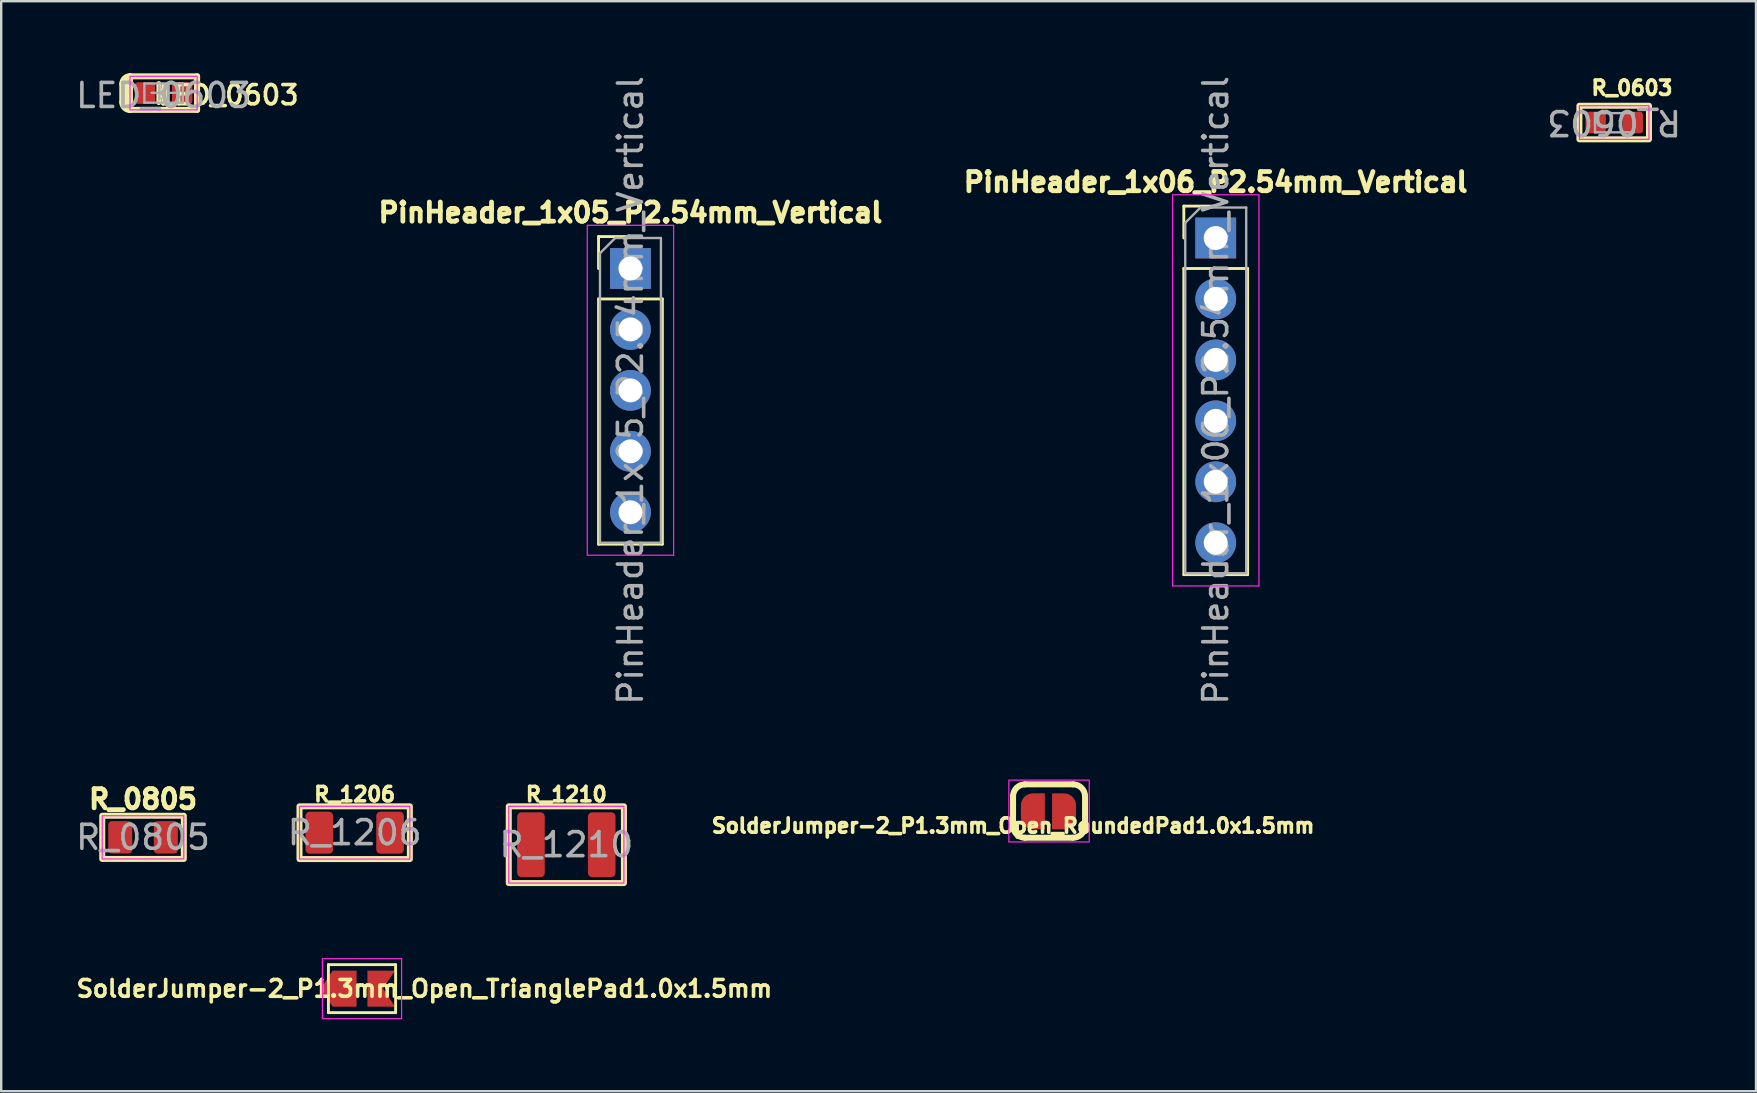
<source format=kicad_pcb>
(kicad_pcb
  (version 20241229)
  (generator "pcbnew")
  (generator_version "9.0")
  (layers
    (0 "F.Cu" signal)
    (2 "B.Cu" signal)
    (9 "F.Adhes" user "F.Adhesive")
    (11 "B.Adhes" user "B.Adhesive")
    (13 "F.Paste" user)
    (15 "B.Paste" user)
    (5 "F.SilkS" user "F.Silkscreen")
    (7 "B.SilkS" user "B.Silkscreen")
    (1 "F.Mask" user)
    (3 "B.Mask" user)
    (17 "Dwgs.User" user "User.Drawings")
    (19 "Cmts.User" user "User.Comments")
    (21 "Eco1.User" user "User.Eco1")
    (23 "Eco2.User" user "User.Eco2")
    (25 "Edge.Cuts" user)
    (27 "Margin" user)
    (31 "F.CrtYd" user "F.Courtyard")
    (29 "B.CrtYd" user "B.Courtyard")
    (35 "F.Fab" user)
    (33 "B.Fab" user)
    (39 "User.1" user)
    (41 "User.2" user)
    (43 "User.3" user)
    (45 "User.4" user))
  (footprint "PinHeader_1x05_P2.54mm_Vertical"
    (layer "F.Cu")
    (at 23.226 8.14)
    (property "Reference" "PinHeader_1x05_P2.54mm_Vertical" (at 0 -2.33 180) (layer "F.SilkS") (effects (font (size 0.8 0.8) (thickness 0.2))))
    (attr through_hole)
    (fp_line (start -1.33 -1.33) (end 0 -1.33) (stroke (width 0.12) (type solid)) (layer "F.SilkS"))
    (fp_line (start -1.33 0) (end -1.33 -1.33) (stroke (width 0.12) (type solid)) (layer "F.SilkS"))
    (fp_line (start -1.33 1.27) (end -1.33 11.49) (stroke (width 0.12) (type solid)) (layer "F.SilkS"))
    (fp_line (start -1.33 1.27) (end 1.33 1.27) (stroke (width 0.12) (type solid)) (layer "F.SilkS"))
    (fp_line (start -1.33 11.49) (end 1.33 11.49) (stroke (width 0.12) (type solid)) (layer "F.SilkS"))
    (fp_line (start 1.33 1.27) (end 1.33 11.49) (stroke (width 0.12) (type solid)) (layer "F.SilkS"))
    (fp_line (start -1.8 -1.8) (end -1.8 11.95) (stroke (width 0.05) (type solid)) (layer "F.CrtYd"))
    (fp_line (start -1.8 11.95) (end 1.8 11.95) (stroke (width 0.05) (type solid)) (layer "F.CrtYd"))
    (fp_line (start 1.8 -1.8) (end -1.8 -1.8) (stroke (width 0.05) (type solid)) (layer "F.CrtYd"))
    (fp_line (start 1.8 11.95) (end 1.8 -1.8) (stroke (width 0.05) (type solid)) (layer "F.CrtYd"))
    (fp_line (start -1.27 -0.635) (end -0.635 -1.27) (stroke (width 0.1) (type solid)) (layer "F.Fab"))
    (fp_line (start -1.27 11.43) (end -1.27 -0.635) (stroke (width 0.1) (type solid)) (layer "F.Fab"))
    (fp_line (start -0.635 -1.27) (end 1.27 -1.27) (stroke (width 0.1) (type solid)) (layer "F.Fab"))
    (fp_line (start 1.27 -1.27) (end 1.27 11.43) (stroke (width 0.1) (type solid)) (layer "F.Fab"))
    (fp_line (start 1.27 11.43) (end -1.27 11.43) (stroke (width 0.1) (type solid)) (layer "F.Fab"))
    (fp_text user "${REFERENCE}" (at 0 5.08 270) (layer "F.Fab") (effects (font (size 1 1) (thickness 0.15))))
    (pad "1" thru_hole rect (at 0 0) (size 1.7 1.7) (drill 1) (layers "*.Cu" "*.Mask"))
    (pad "2" thru_hole oval (at 0 2.54) (size 1.7 1.7) (drill 1) (layers "*.Cu" "*.Mask"))
    (pad "3" thru_hole oval (at 0 5.08) (size 1.7 1.7) (drill 1) (layers "*.Cu" "*.Mask"))
    (pad "4" thru_hole oval (at 0 7.62) (size 1.7 1.7) (drill 1) (layers "*.Cu" "*.Mask"))
    (pad "5" thru_hole oval (at 0 10.16) (size 1.7 1.7) (drill 1) (layers "*.Cu" "*.Mask")))
  (footprint "SolderJumper-2_P1.3mm_Open_RoundedPad1.0x1.5mm"
    (layer "F.Cu")
    (at 40.647 30.765)
    (property "Reference" "SolderJumper-2_P1.3mm_Open_RoundedPad1.0x1.5mm" (at -1.475 0.6 0) (layer "F.SilkS") (effects (font (size 0.6 0.6) (thickness 0.15))))
    (attr exclude_from_pos_files)
    (fp_line (start -1.475 0.6) (end -1.475 -0.625) (stroke (width 0.25) (type solid)) (layer "F.SilkS"))
    (fp_line (start -0.975 -1.125) (end 1.025 -1.125) (stroke (width 0.25) (type solid)) (layer "F.SilkS"))
    (fp_line (start 1 1.1) (end -0.975 1.1) (stroke (width 0.25) (type solid)) (layer "F.SilkS"))
    (fp_line (start 1.525 -0.625) (end 1.525 0.6) (stroke (width 0.25) (type solid)) (layer "F.SilkS"))
    (fp_arc (start -1.475 -0.625) (mid -1.328553 -0.978553) (end -0.975 -1.125) (stroke (width 0.25) (type solid)) (layer "F.SilkS"))
    (fp_arc (start -0.975 1.1) (mid -1.328553 0.953553) (end -1.475 0.6) (stroke (width 0.25) (type solid)) (layer "F.SilkS"))
    (fp_arc (start 1.025 -1.125) (mid 1.378553 -0.978553) (end 1.525 -0.625) (stroke (width 0.25) (type solid)) (layer "F.SilkS"))
    (fp_arc (start 1.525 0.6) (mid 1.378553 0.953553) (end 1.025 1.1) (stroke (width 0.25) (type solid)) (layer "F.SilkS"))
    (fp_rect (start -1.65 -1.3) (end 1.7 1.275) (stroke (width 0.05) (type solid)) (fill no) (layer "F.CrtYd"))
    (pad "1" smd custom (at -0.65 0) (size 1 0.5) (layers "F.Cu" "F.Mask") (options (anchor rect)) (primitives (gr_circle (center 0 0.25) (end 0.5 0.25) (width 0) (fill yes)) (gr_circle (center 0 -0.25) (end 0.5 -0.25) (width 0) (fill yes)) (gr_poly (pts (xy 0.5 0.75) (xy 0 0.75) (xy 0 -0.75) (xy 0.5 -0.75)) (width 0) (fill yes))))
    (pad "2" smd custom (at 0.65 0) (size 1 0.5) (layers "F.Cu" "F.Mask") (options (anchor rect)) (primitives (gr_circle (center 0 0.25) (end 0.5 0.25) (width 0) (fill yes)) (gr_circle (center 0 -0.25) (end 0.5 -0.25) (width 0) (fill yes)) (gr_poly (pts (xy 0 0.75) (xy -0.5 0.75) (xy -0.5 -0.75) (xy 0 -0.75)) (width 0) (fill yes)))))
  (footprint "R_0603"
    (layer "F.Cu")
    (at 64.226 2.056)
    (property "Reference" "R_0603" (at 0.742 -1.442 0) (unlocked yes) (layer "F.SilkS") (effects (font (size 0.6 0.6) (thickness 0.15) (bold yes))))
    (attr smd)
    (fp_rect (start -1.45 -0.7) (end 1.45 0.7) (stroke (width 0.25) (type default)) (fill no) (layer "F.SilkS"))
    (fp_rect (start -1.45 -0.7) (end 1.45 0.7) (stroke (width 0.05) (type default)) (fill no) (layer "F.CrtYd"))
    (fp_line (start -0.8 -0.39) (end 0.8 -0.39) (stroke (width 0.1) (type solid)) (layer "F.Fab"))
    (fp_line (start -0.8 0.41) (end -0.8 -0.39) (stroke (width 0.1) (type solid)) (layer "F.Fab"))
    (fp_line (start 0.8 -0.39) (end 0.8 0.41) (stroke (width 0.1) (type solid)) (layer "F.Fab"))
    (fp_line (start 0.8 0.41) (end -0.8 0.41) (stroke (width 0.1) (type solid)) (layer "F.Fab"))
    (fp_text user "${REFERENCE}" (at 0 0 180) (unlocked yes) (layer "F.Fab") (effects (font (size 1 1) (thickness 0.15))))
    (pad "1" smd roundrect (at -0.775 0 180) (size 0.85 0.9) (layers "F.Cu" "F.Mask" "F.Paste") (roundrect_rratio 0.15))
    (pad "2" smd roundrect (at 0.775 0 180) (size 0.85 0.9) (layers "F.Cu" "F.Mask" "F.Paste") (roundrect_rratio 0.15)))
  (footprint "R_1206"
    (layer "F.Cu")
    (at 11.732 31.655)
    (property "Reference" "R_1206" (at 0 -1.6 0) (unlocked yes) (layer "F.SilkS") (effects (font (size 0.6 0.6) (thickness 0.15) (bold yes))))
    (attr smd)
    (fp_rect (start -2.3 -1.1) (end 2.3 1.1) (stroke (width 0.25) (type default)) (fill no) (layer "F.SilkS"))
    (fp_rect (start -2.3 -1.1) (end 2.3 1.1) (stroke (width 0.05) (type default)) (fill no) (layer "F.CrtYd"))
    (fp_text user "${REFERENCE}" (at 0 0 0) (unlocked yes) (layer "F.Fab") (effects (font (size 1 1) (thickness 0.15))))
    (pad "1" smd roundrect (at -1.475 0) (size 1.15 1.75) (layers "F.Cu" "F.Mask" "F.Paste") (roundrect_rratio 0.15))
    (pad "2" smd roundrect (at 1.475 0) (size 1.15 1.75) (layers "F.Cu" "F.Mask" "F.Paste") (roundrect_rratio 0.15)))
  (footprint "R_0805"
    (layer "F.Cu")
    (at 2.911 31.849)
    (property "Reference" "R_0805" (at 0 -1.59 0) (unlocked yes) (layer "F.SilkS") (effects (font (size 0.8 0.8) (thickness 0.3) (bold yes))))
    (attr smd)
    (fp_rect (start -1.7 -0.9) (end 1.7 0.9) (stroke (width 0.25) (type default)) (fill no) (layer "F.SilkS"))
    (fp_rect (start -1.7 -0.9) (end 1.7 0.9) (stroke (width 0.05) (type default)) (fill no) (layer "F.CrtYd"))
    (fp_text user "${REFERENCE}" (at 0 0 0) (unlocked yes) (layer "F.Fab") (effects (font (size 1 1) (thickness 0.15))))
    (pad "1" smd roundrect (at -0.95 0) (size 1 1.35) (layers "F.Cu" "F.Mask" "F.Paste") (roundrect_rratio 0.15))
    (pad "2" smd roundrect (at 0.95 0) (size 1 1.35) (layers "F.Cu" "F.Mask" "F.Paste") (roundrect_rratio 0.15)))
  (footprint "SolderJumper-2_P1.3mm_Open_TrianglePad1.0x1.5mm"
    (layer "F.Cu")
    (at 12.038 38.155)
    (property "Reference" "SolderJumper-2_P1.3mm_Open_TrianglePad1.0x1.5mm" (at 2.6 0 0) (layer "F.SilkS") (effects (font (size 0.7 0.7) (thickness 0.15))))
    (attr exclude_from_pos_files exclude_from_bom)
    (fp_line (start -1.4 -1) (end 1.4 -1) (stroke (width 0.12) (type solid)) (layer "F.SilkS"))
    (fp_line (start -1.4 1) (end -1.4 -1) (stroke (width 0.12) (type solid)) (layer "F.SilkS"))
    (fp_line (start 1.4 -1) (end 1.4 1) (stroke (width 0.12) (type solid)) (layer "F.SilkS"))
    (fp_line (start 1.4 1) (end -1.4 1) (stroke (width 0.12) (type solid)) (layer "F.SilkS"))
    (fp_line (start -1.65 -1.25) (end -1.65 1.25) (stroke (width 0.05) (type solid)) (layer "F.CrtYd"))
    (fp_line (start -1.65 -1.25) (end 1.65 -1.25) (stroke (width 0.05) (type solid)) (layer "F.CrtYd"))
    (fp_line (start 1.65 1.25) (end -1.65 1.25) (stroke (width 0.05) (type solid)) (layer "F.CrtYd"))
    (fp_line (start 1.65 1.25) (end 1.65 -1.25) (stroke (width 0.05) (type solid)) (layer "F.CrtYd"))
    (pad "1" smd custom (at -0.725 0 180) (size 0.3 0.3) (layers "F.Cu" "F.Mask") (options (anchor rect)) (primitives (gr_poly (pts (xy 1 0) (xy 0.5 0.75) (xy -0.5 0.75) (xy -0.5 -0.75) (xy 0.5 -0.75)) (width 0) (fill yes))))
    (pad "2" smd custom (at 0.725 0 180) (size 0.3 0.3) (layers "F.Cu" "F.Mask") (options (anchor rect)) (primitives (gr_poly (pts (xy 0.5 0.75) (xy -0.65 0.75) (xy -0.15 0) (xy -0.65 -0.75) (xy 0.5 -0.75)) (width 0) (fill yes)))))
  (footprint "LED_0603"
    (layer "F.Cu")
    (at 3.768 0.83)
    (property "Reference" "LED_0603" (at 2.703 0.082 0) (unlocked yes) (layer "F.SilkS") (effects (font (size 0.8 0.8) (thickness 0.15) (bold yes))))
    (attr smd)
    (fp_line (start -1.721 -0.381) (end -1.721 0.381) (stroke (width 0.25) (type default)) (layer "F.SilkS"))
    (fp_line (start -1.4 -0.7) (end -1.4 0.7) (stroke (width 0.25) (type default)) (layer "F.SilkS"))
    (fp_line (start -1.4 -0.7) (end 1.397 -0.7) (stroke (width 0.25) (type default)) (layer "F.SilkS"))
    (fp_line (start -1.4 0.7) (end 1.397 0.7) (stroke (width 0.25) (type default)) (layer "F.SilkS"))
    (fp_line (start -0.2 -0.4) (end -0.2 0.4) (stroke (width 0.2) (type default)) (layer "F.SilkS"))
    (fp_line (start 1.397 -0.7) (end 1.397 0.7) (stroke (width 0.25) (type default)) (layer "F.SilkS"))
    (fp_arc (start -1.720787 -0.381) (mid -1.625952 -0.609952) (end -1.397 -0.704787) (stroke (width 0.25) (type default)) (layer "F.SilkS"))
    (fp_arc (start -1.397 0.704787) (mid -1.625952 0.609952) (end -1.720787 0.381) (stroke (width 0.25) (type default)) (layer "F.SilkS"))
    (fp_poly (pts (xy -0.2 0) (xy 0.2 -0.4) (xy 0.2 0.4)) (stroke (width 0.1) (type solid)) (fill yes) (layer "F.SilkS"))
    (fp_poly (pts (xy -1.4 -0.7) (xy -1.651 -0.508) (xy -1.651 0.508) (xy -1.4 0.7)) (stroke (width 0.12) (type solid)) (fill yes) (layer "F.SilkS"))
    (fp_rect (start -1.4 -0.7) (end 1.4 0.7) (stroke (width 0.05) (type default)) (fill no) (layer "F.CrtYd"))
    (fp_line (start -0.8 -0.4) (end 0.8 -0.4) (stroke (width 0.1) (type solid)) (layer "F.Fab"))
    (fp_line (start -0.8 0.4) (end -0.8 -0.4) (stroke (width 0.1) (type solid)) (layer "F.Fab"))
    (fp_line (start -0.175 -0.287) (end -0.175 0.263) (stroke (width 0.1) (type default)) (layer "F.Fab"))
    (fp_line (start -0.175 -0.013) (end -0.5 -0.013) (stroke (width 0.1) (type default)) (layer "F.Fab"))
    (fp_line (start 0.525 -0.013) (end 0.2 -0.013) (stroke (width 0.1) (type default)) (layer "F.Fab"))
    (fp_line (start 0.8 -0.4) (end 0.8 0.4) (stroke (width 0.1) (type solid)) (layer "F.Fab"))
    (fp_line (start 0.8 0.4) (end -0.8 0.4) (stroke (width 0.1) (type solid)) (layer "F.Fab"))
    (fp_poly (pts (xy -0.125 -0.013) (xy 0.175 -0.312) (xy 0.175 0.287)) (stroke (width 0.1) (type solid)) (fill no) (layer "F.Fab"))
    (fp_text user "${REFERENCE}" (at 0 0.1 0) (unlocked yes) (layer "F.Fab") (effects (font (size 1 1) (thickness 0.15))))
    (pad "1" smd roundrect (at 0.775 0) (size 0.85 0.9) (layers "F.Cu" "F.Mask" "F.Paste") (roundrect_rratio 0.15))
    (pad "2" smd roundrect (at -0.775 0) (size 0.85 0.9) (layers "F.Cu" "F.Mask" "F.Paste") (roundrect_rratio 0.15)))
  (footprint "PinHeader_1x06_P2.54mm_Vertical"
    (layer "F.Cu")
    (at 47.619 6.87)
    (property "Reference" "PinHeader_1x06_P2.54mm_Vertical" (at 0 -2.33 180) (layer "F.SilkS") (effects (font (size 0.8 0.8) (thickness 0.2))))
    (attr through_hole)
    (fp_line (start -1.33 -1.33) (end 0 -1.33) (stroke (width 0.12) (type solid)) (layer "F.SilkS"))
    (fp_line (start -1.33 0) (end -1.33 -1.33) (stroke (width 0.12) (type solid)) (layer "F.SilkS"))
    (fp_line (start -1.33 1.27) (end -1.33 14.03) (stroke (width 0.12) (type solid)) (layer "F.SilkS"))
    (fp_line (start -1.33 1.27) (end 1.33 1.27) (stroke (width 0.12) (type solid)) (layer "F.SilkS"))
    (fp_line (start -1.33 14.03) (end 1.33 14.03) (stroke (width 0.12) (type solid)) (layer "F.SilkS"))
    (fp_line (start 1.33 1.27) (end 1.33 14.03) (stroke (width 0.12) (type solid)) (layer "F.SilkS"))
    (fp_line (start -1.8 -1.8) (end -1.8 14.5) (stroke (width 0.05) (type solid)) (layer "F.CrtYd"))
    (fp_line (start -1.8 14.5) (end 1.8 14.5) (stroke (width 0.05) (type solid)) (layer "F.CrtYd"))
    (fp_line (start 1.8 -1.8) (end -1.8 -1.8) (stroke (width 0.05) (type solid)) (layer "F.CrtYd"))
    (fp_line (start 1.8 14.5) (end 1.8 -1.8) (stroke (width 0.05) (type solid)) (layer "F.CrtYd"))
    (fp_line (start -1.27 -0.635) (end -0.635 -1.27) (stroke (width 0.1) (type solid)) (layer "F.Fab"))
    (fp_line (start -1.27 13.97) (end -1.27 -0.635) (stroke (width 0.1) (type solid)) (layer "F.Fab"))
    (fp_line (start -0.635 -1.27) (end 1.27 -1.27) (stroke (width 0.1) (type solid)) (layer "F.Fab"))
    (fp_line (start 1.27 -1.27) (end 1.27 13.97) (stroke (width 0.1) (type solid)) (layer "F.Fab"))
    (fp_line (start 1.27 13.97) (end -1.27 13.97) (stroke (width 0.1) (type solid)) (layer "F.Fab"))
    (fp_text user "${REFERENCE}" (at 0 6.35 90) (layer "F.Fab") (effects (font (size 1 1) (thickness 0.15))))
    (pad "1" thru_hole rect (at 0 0) (size 1.7 1.7) (drill 1) (layers "*.Cu" "*.Mask"))
    (pad "2" thru_hole oval (at 0 2.54) (size 1.7 1.7) (drill 1) (layers "*.Cu" "*.Mask"))
    (pad "3" thru_hole oval (at 0 5.08) (size 1.7 1.7) (drill 1) (layers "*.Cu" "*.Mask"))
    (pad "4" thru_hole oval (at 0 7.62) (size 1.7 1.7) (drill 1) (layers "*.Cu" "*.Mask"))
    (pad "5" thru_hole oval (at 0 10.16) (size 1.7 1.7) (drill 1) (layers "*.Cu" "*.Mask"))
    (pad "6" thru_hole oval (at 0 12.7) (size 1.7 1.7) (drill 1) (layers "*.Cu" "*.Mask")))
  (footprint "R_1210"
    (layer "F.Cu")
    (at 20.554 32.155)
    (property "Reference" "R_1210" (at 0 -2.1 0) (unlocked yes) (layer "F.SilkS") (effects (font (size 0.6 0.6) (thickness 0.15) (bold yes))))
    (attr smd)
    (fp_rect (start -2.4 -1.6) (end 2.4 1.6) (stroke (width 0.25) (type default)) (fill no) (layer "F.SilkS"))
    (fp_rect (start -2.4 -1.6) (end 2.4 1.6) (stroke (width 0.05) (type default)) (fill no) (layer "F.CrtYd"))
    (fp_text user "${REFERENCE}" (at 0 0 0) (unlocked yes) (layer "F.Fab") (effects (font (size 1 1) (thickness 0.15))))
    (pad "1" smd roundrect (at -1.475 0) (size 1.15 2.7) (layers "F.Cu" "F.Mask" "F.Paste") (roundrect_rratio 0.15))
    (pad "2" smd roundrect (at 1.475 0) (size 1.15 2.7) (layers "F.Cu" "F.Mask" "F.Paste") (roundrect_rratio 0.15)))
  (gr_rect
    (start -3 -3)
    (end 70.136 42.43)
    (stroke (width 0.1) (type default))
    (fill no)
    (layer "Edge.Cuts")))
</source>
